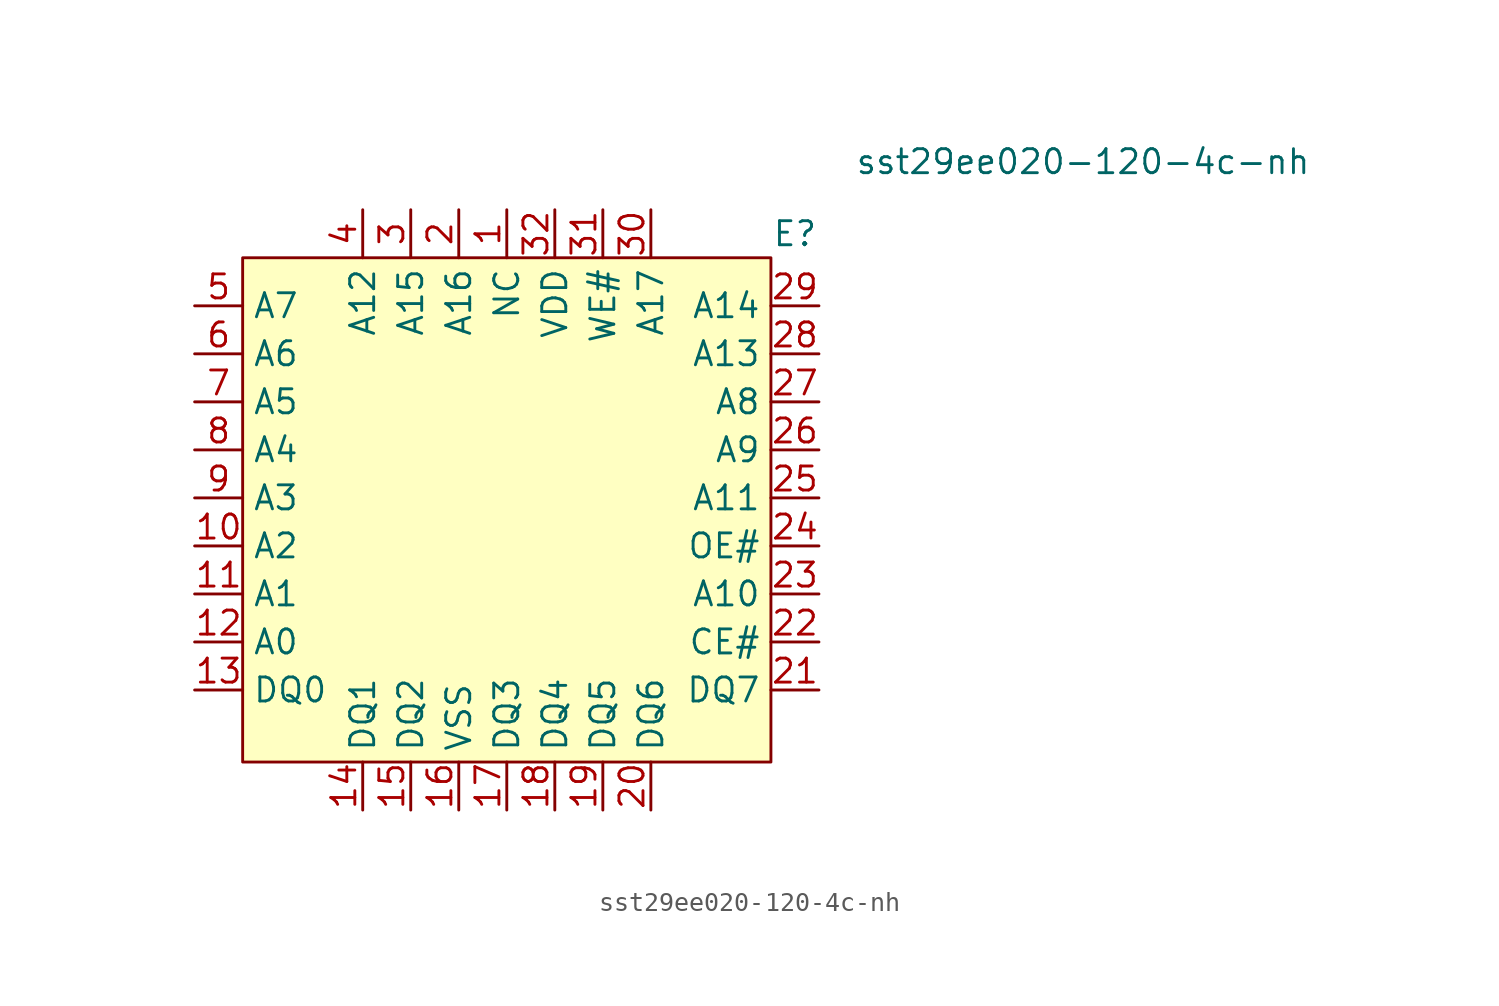
<source format=kicad_sym>
(kicad_symbol_lib
  (version 20220914)
  (generator kicad_symbol_editor)
  (symbol "sst29ee020-120-4c-nh"
    (property "Reference" "E"
      (at 0 0 0)
      (effects (font (size 1.27 1.27))))
    (property "Value" "sst29ee020-120-4c-nh"
      (at 15.24 3.81 0)
      (effects (font (size 1.27 1.27))))
    (symbol "sst29ee020-120-4c-nh_0_0"
      (pin input line (at -15.24 1.27 270) (length 2.54) (name "NC" (effects (font (size 1.27 1.27)))) (number "1" (effects (font (size 1.27 1.27)))))
      (pin input line (at -31.75 -16.51 0) (length 2.54) (name "A2" (effects (font (size 1.27 1.27)))) (number "10" (effects (font (size 1.27 1.27)))))
      (pin input line (at -31.75 -19.05 0) (length 2.54) (name "A1" (effects (font (size 1.27 1.27)))) (number "11" (effects (font (size 1.27 1.27)))))
      (pin input line (at -31.75 -21.59 0) (length 2.54) (name "A0" (effects (font (size 1.27 1.27)))) (number "12" (effects (font (size 1.27 1.27)))))
      (pin input line (at -31.75 -24.13 0) (length 2.54) (name "DQ0" (effects (font (size 1.27 1.27)))) (number "13" (effects (font (size 1.27 1.27)))))
      (pin input line (at -22.86 -30.48 90) (length 2.54) (name "DQ1" (effects (font (size 1.27 1.27)))) (number "14" (effects (font (size 1.27 1.27)))))
      (pin input line (at -20.32 -30.48 90) (length 2.54) (name "DQ2" (effects (font (size 1.27 1.27)))) (number "15" (effects (font (size 1.27 1.27)))))
      (pin input line (at -17.78 -30.48 90) (length 2.54) (name "VSS" (effects (font (size 1.27 1.27)))) (number "16" (effects (font (size 1.27 1.27)))))
      (pin input line (at -15.24 -30.48 90) (length 2.54) (name "DQ3" (effects (font (size 1.27 1.27)))) (number "17" (effects (font (size 1.27 1.27)))))
      (pin input line (at -12.7 -30.48 90) (length 2.54) (name "DQ4" (effects (font (size 1.27 1.27)))) (number "18" (effects (font (size 1.27 1.27)))))
      (pin input line (at -10.16 -30.48 90) (length 2.54) (name "DQ5" (effects (font (size 1.27 1.27)))) (number "19" (effects (font (size 1.27 1.27)))))
      (pin input line (at -17.78 1.27 270) (length 2.54) (name "A16" (effects (font (size 1.27 1.27)))) (number "2" (effects (font (size 1.27 1.27)))))
      (pin input line (at -7.62 -30.48 90) (length 2.54) (name "DQ6" (effects (font (size 1.27 1.27)))) (number "20" (effects (font (size 1.27 1.27)))))
      (pin input line (at 1.27 -24.13 180) (length 2.54) (name "DQ7" (effects (font (size 1.27 1.27)))) (number "21" (effects (font (size 1.27 1.27)))))
      (pin input line (at 1.27 -21.59 180) (length 2.54) (name "CE#" (effects (font (size 1.27 1.27)))) (number "22" (effects (font (size 1.27 1.27)))))
      (pin input line (at 1.27 -19.05 180) (length 2.54) (name "A10" (effects (font (size 1.27 1.27)))) (number "23" (effects (font (size 1.27 1.27)))))
      (pin input line (at 1.27 -16.51 180) (length 2.54) (name "OE#" (effects (font (size 1.27 1.27)))) (number "24" (effects (font (size 1.27 1.27)))))
      (pin input line (at 1.27 -13.97 180) (length 2.54) (name "A11" (effects (font (size 1.27 1.27)))) (number "25" (effects (font (size 1.27 1.27)))))
      (pin input line (at 1.27 -11.43 180) (length 2.54) (name "A9" (effects (font (size 1.27 1.27)))) (number "26" (effects (font (size 1.27 1.27)))))
      (pin input line (at 1.27 -8.89 180) (length 2.54) (name "A8" (effects (font (size 1.27 1.27)))) (number "27" (effects (font (size 1.27 1.27)))))
      (pin input line (at 1.27 -6.35 180) (length 2.54) (name "A13" (effects (font (size 1.27 1.27)))) (number "28" (effects (font (size 1.27 1.27)))))
      (pin input line (at 1.27 -3.81 180) (length 2.54) (name "A14" (effects (font (size 1.27 1.27)))) (number "29" (effects (font (size 1.27 1.27)))))
      (pin input line (at -20.32 1.27 270) (length 2.54) (name "A15" (effects (font (size 1.27 1.27)))) (number "3" (effects (font (size 1.27 1.27)))))
      (pin input line (at -7.62 1.27 270) (length 2.54) (name "A17" (effects (font (size 1.27 1.27)))) (number "30" (effects (font (size 1.27 1.27)))))
      (pin input line (at -10.16 1.27 270) (length 2.54) (name "WE#" (effects (font (size 1.27 1.27)))) (number "31" (effects (font (size 1.27 1.27)))))
      (pin power_in line (at -12.7 1.27 270) (length 2.54) (name "VDD" (effects (font (size 1.27 1.27)))) (number "32" (effects (font (size 1.27 1.27)))))
      (pin input line (at -22.86 1.27 270) (length 2.54) (name "A12" (effects (font (size 1.27 1.27)))) (number "4" (effects (font (size 1.27 1.27)))))
      (pin input line (at -31.75 -3.81 0) (length 2.54) (name "A7" (effects (font (size 1.27 1.27)))) (number "5" (effects (font (size 1.27 1.27)))))
      (pin input line (at -31.75 -6.35 0) (length 2.54) (name "A6" (effects (font (size 1.27 1.27)))) (number "6" (effects (font (size 1.27 1.27)))))
      (pin input line (at -31.75 -8.89 0) (length 2.54) (name "A5" (effects (font (size 1.27 1.27)))) (number "7" (effects (font (size 1.27 1.27)))))
      (pin input line (at -31.75 -11.43 0) (length 2.54) (name "A4" (effects (font (size 1.27 1.27)))) (number "8" (effects (font (size 1.27 1.27)))))
      (pin input line (at -31.75 -13.97 0) (length 2.54) (name "A3" (effects (font (size 1.27 1.27)))) (number "9" (effects (font (size 1.27 1.27))))))
    (symbol "sst29ee020-120-4c-nh_0_1"
      (rectangle (start -29.21 -1.27) (end -1.27 -27.94) (stroke (width 0) (type default)) (fill (type background))))))
</source>
